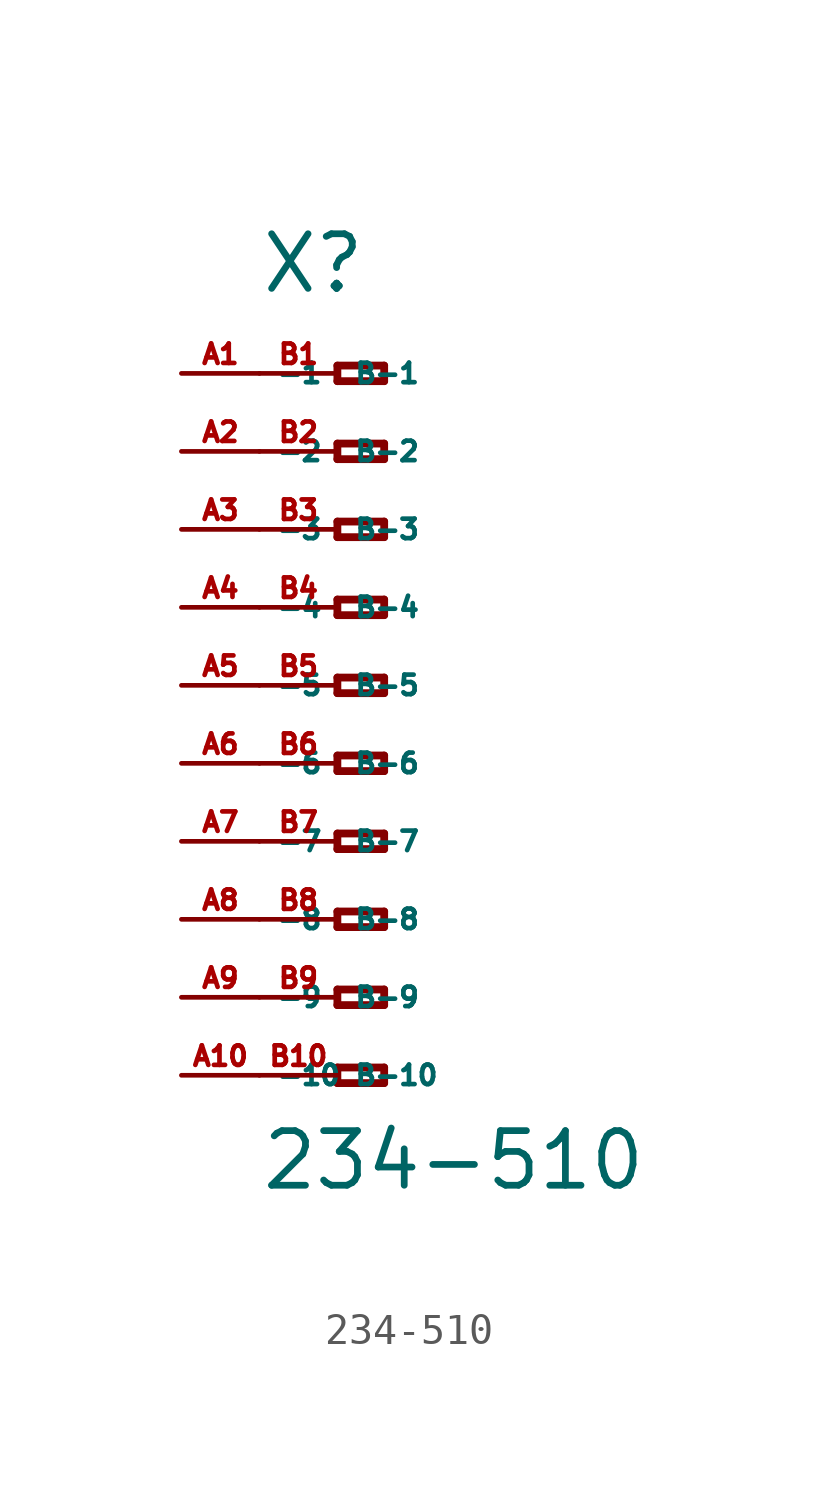
<source format=kicad_sym>
(kicad_symbol_lib
  (version 20220914)
  (generator Eagle2Kicad)
  (symbol "234-510"
    (property "Reference" "X"
      (at -5.08 12.7 0)
      (effects (font (size 1.778 1.778) (thickness 0.22)) (justify left bottom)))
    (property "Value" "234-510"
      (at -5.08 -16.51 0)
      (effects (font (size 1.778 1.778) (thickness 0.22)) (justify left bottom)))
    (polyline
      (pts (xy -2.54 10.414) (xy -2.54 9.906))
      (stroke (width 0.254) (type default))
      (fill (type none)))
    (polyline
      (pts (xy -2.54 9.906) (xy -1.016 9.906))
      (stroke (width 0.254) (type default))
      (fill (type none)))
    (polyline
      (pts (xy -1.016 9.906) (xy -1.016 10.414))
      (stroke (width 0.254) (type default))
      (fill (type none)))
    (polyline
      (pts (xy -1.016 10.414) (xy -2.54 10.414))
      (stroke (width 0.254) (type default))
      (fill (type none)))
    (polyline
      (pts (xy -2.54 7.874) (xy -2.54 7.366))
      (stroke (width 0.254) (type default))
      (fill (type none)))
    (polyline
      (pts (xy -2.54 7.366) (xy -1.016 7.366))
      (stroke (width 0.254) (type default))
      (fill (type none)))
    (polyline
      (pts (xy -1.016 7.366) (xy -1.016 7.874))
      (stroke (width 0.254) (type default))
      (fill (type none)))
    (polyline
      (pts (xy -1.016 7.874) (xy -2.54 7.874))
      (stroke (width 0.254) (type default))
      (fill (type none)))
    (polyline
      (pts (xy -2.54 5.334) (xy -2.54 4.826))
      (stroke (width 0.254) (type default))
      (fill (type none)))
    (polyline
      (pts (xy -2.54 4.826) (xy -1.016 4.826))
      (stroke (width 0.254) (type default))
      (fill (type none)))
    (polyline
      (pts (xy -1.016 4.826) (xy -1.016 5.334))
      (stroke (width 0.254) (type default))
      (fill (type none)))
    (polyline
      (pts (xy -1.016 5.334) (xy -2.54 5.334))
      (stroke (width 0.254) (type default))
      (fill (type none)))
    (polyline
      (pts (xy -2.54 2.794) (xy -2.54 2.286))
      (stroke (width 0.254) (type default))
      (fill (type none)))
    (polyline
      (pts (xy -2.54 2.286) (xy -1.016 2.286))
      (stroke (width 0.254) (type default))
      (fill (type none)))
    (polyline
      (pts (xy -1.016 2.286) (xy -1.016 2.794))
      (stroke (width 0.254) (type default))
      (fill (type none)))
    (polyline
      (pts (xy -1.016 2.794) (xy -2.54 2.794))
      (stroke (width 0.254) (type default))
      (fill (type none)))
    (polyline
      (pts (xy -2.54 0.254) (xy -2.54 -0.254))
      (stroke (width 0.254) (type default))
      (fill (type none)))
    (polyline
      (pts (xy -2.54 -0.254) (xy -1.016 -0.254))
      (stroke (width 0.254) (type default))
      (fill (type none)))
    (polyline
      (pts (xy -1.016 -0.254) (xy -1.016 0.254))
      (stroke (width 0.254) (type default))
      (fill (type none)))
    (polyline
      (pts (xy -1.016 0.254) (xy -2.54 0.254))
      (stroke (width 0.254) (type default))
      (fill (type none)))
    (polyline
      (pts (xy -2.54 -2.286) (xy -2.54 -2.794))
      (stroke (width 0.254) (type default))
      (fill (type none)))
    (polyline
      (pts (xy -2.54 -2.794) (xy -1.016 -2.794))
      (stroke (width 0.254) (type default))
      (fill (type none)))
    (polyline
      (pts (xy -1.016 -2.794) (xy -1.016 -2.286))
      (stroke (width 0.254) (type default))
      (fill (type none)))
    (polyline
      (pts (xy -1.016 -2.286) (xy -2.54 -2.286))
      (stroke (width 0.254) (type default))
      (fill (type none)))
    (polyline
      (pts (xy -2.54 -4.826) (xy -2.54 -5.334))
      (stroke (width 0.254) (type default))
      (fill (type none)))
    (polyline
      (pts (xy -2.54 -5.334) (xy -1.016 -5.334))
      (stroke (width 0.254) (type default))
      (fill (type none)))
    (polyline
      (pts (xy -1.016 -5.334) (xy -1.016 -4.826))
      (stroke (width 0.254) (type default))
      (fill (type none)))
    (polyline
      (pts (xy -1.016 -4.826) (xy -2.54 -4.826))
      (stroke (width 0.254) (type default))
      (fill (type none)))
    (polyline
      (pts (xy -2.54 -7.366) (xy -2.54 -7.874))
      (stroke (width 0.254) (type default))
      (fill (type none)))
    (polyline
      (pts (xy -2.54 -7.874) (xy -1.016 -7.874))
      (stroke (width 0.254) (type default))
      (fill (type none)))
    (polyline
      (pts (xy -1.016 -7.874) (xy -1.016 -7.366))
      (stroke (width 0.254) (type default))
      (fill (type none)))
    (polyline
      (pts (xy -1.016 -7.366) (xy -2.54 -7.366))
      (stroke (width 0.254) (type default))
      (fill (type none)))
    (polyline
      (pts (xy -2.54 -9.906) (xy -2.54 -10.414))
      (stroke (width 0.254) (type default))
      (fill (type none)))
    (polyline
      (pts (xy -2.54 -10.414) (xy -1.016 -10.414))
      (stroke (width 0.254) (type default))
      (fill (type none)))
    (polyline
      (pts (xy -1.016 -10.414) (xy -1.016 -9.906))
      (stroke (width 0.254) (type default))
      (fill (type none)))
    (polyline
      (pts (xy -1.016 -9.906) (xy -2.54 -9.906))
      (stroke (width 0.254) (type default))
      (fill (type none)))
    (polyline
      (pts (xy -2.54 -12.446) (xy -2.54 -12.954))
      (stroke (width 0.254) (type default))
      (fill (type none)))
    (polyline
      (pts (xy -2.54 -12.954) (xy -1.016 -12.954))
      (stroke (width 0.254) (type default))
      (fill (type none)))
    (polyline
      (pts (xy -1.016 -12.954) (xy -1.016 -12.446))
      (stroke (width 0.254) (type default))
      (fill (type none)))
    (polyline
      (pts (xy -1.016 -12.446) (xy -2.54 -12.446))
      (stroke (width 0.254) (type default))
      (fill (type none)))
    (pin passive line
      (at -7.62 10.16 0)
      (length 2.54)
      (name "-1" (effects (font (size 0.635 0.635) (thickness 0.08)) (justify left bottom)))
      (number "A1" (effects (font (size 0.635 0.635) (thickness 0.08)) (justify left bottom))))
    (pin passive line
      (at -7.62 7.62 0)
      (length 2.54)
      (name "-2" (effects (font (size 0.635 0.635) (thickness 0.08)) (justify left bottom)))
      (number "A2" (effects (font (size 0.635 0.635) (thickness 0.08)) (justify left bottom))))
    (pin passive line
      (at -7.62 5.08 0)
      (length 2.54)
      (name "-3" (effects (font (size 0.635 0.635) (thickness 0.08)) (justify left bottom)))
      (number "A3" (effects (font (size 0.635 0.635) (thickness 0.08)) (justify left bottom))))
    (pin passive line
      (at -7.62 2.54 0)
      (length 2.54)
      (name "-4" (effects (font (size 0.635 0.635) (thickness 0.08)) (justify left bottom)))
      (number "A4" (effects (font (size 0.635 0.635) (thickness 0.08)) (justify left bottom))))
    (pin passive line
      (at -7.62 0 0)
      (length 2.54)
      (name "-5" (effects (font (size 0.635 0.635) (thickness 0.08)) (justify left bottom)))
      (number "A5" (effects (font (size 0.635 0.635) (thickness 0.08)) (justify left bottom))))
    (pin passive line
      (at -7.62 -2.54 0)
      (length 2.54)
      (name "-6" (effects (font (size 0.635 0.635) (thickness 0.08)) (justify left bottom)))
      (number "A6" (effects (font (size 0.635 0.635) (thickness 0.08)) (justify left bottom))))
    (pin passive line
      (at -7.62 -5.08 0)
      (length 2.54)
      (name "-7" (effects (font (size 0.635 0.635) (thickness 0.08)) (justify left bottom)))
      (number "A7" (effects (font (size 0.635 0.635) (thickness 0.08)) (justify left bottom))))
    (pin passive line
      (at -7.62 -7.62 0)
      (length 2.54)
      (name "-8" (effects (font (size 0.635 0.635) (thickness 0.08)) (justify left bottom)))
      (number "A8" (effects (font (size 0.635 0.635) (thickness 0.08)) (justify left bottom))))
    (pin passive line
      (at -7.62 -10.16 0)
      (length 2.54)
      (name "-9" (effects (font (size 0.635 0.635) (thickness 0.08)) (justify left bottom)))
      (number "A9" (effects (font (size 0.635 0.635) (thickness 0.08)) (justify left bottom))))
    (pin passive line
      (at -7.62 -12.7 0)
      (length 2.54)
      (name "-10" (effects (font (size 0.635 0.635) (thickness 0.08)) (justify left bottom)))
      (number "A10" (effects (font (size 0.635 0.635) (thickness 0.08)) (justify left bottom))))
    (pin passive line
      (at -5.08 -12.7 0)
      (length 2.54)
      (name "B-10" (effects (font (size 0.635 0.635) (thickness 0.08)) (justify left bottom)))
      (number "B10" (effects (font (size 0.635 0.635) (thickness 0.08)) (justify left bottom))))
    (pin passive line
      (at -5.08 10.16 0)
      (length 2.54)
      (name "B-1" (effects (font (size 0.635 0.635) (thickness 0.08)) (justify left bottom)))
      (number "B1" (effects (font (size 0.635 0.635) (thickness 0.08)) (justify left bottom))))
    (pin passive line
      (at -5.08 7.62 0)
      (length 2.54)
      (name "B-2" (effects (font (size 0.635 0.635) (thickness 0.08)) (justify left bottom)))
      (number "B2" (effects (font (size 0.635 0.635) (thickness 0.08)) (justify left bottom))))
    (pin passive line
      (at -5.08 5.08 0)
      (length 2.54)
      (name "B-3" (effects (font (size 0.635 0.635) (thickness 0.08)) (justify left bottom)))
      (number "B3" (effects (font (size 0.635 0.635) (thickness 0.08)) (justify left bottom))))
    (pin passive line
      (at -5.08 2.54 0)
      (length 2.54)
      (name "B-4" (effects (font (size 0.635 0.635) (thickness 0.08)) (justify left bottom)))
      (number "B4" (effects (font (size 0.635 0.635) (thickness 0.08)) (justify left bottom))))
    (pin passive line
      (at -5.08 0 0)
      (length 2.54)
      (name "B-5" (effects (font (size 0.635 0.635) (thickness 0.08)) (justify left bottom)))
      (number "B5" (effects (font (size 0.635 0.635) (thickness 0.08)) (justify left bottom))))
    (pin passive line
      (at -5.08 -2.54 0)
      (length 2.54)
      (name "B-6" (effects (font (size 0.635 0.635) (thickness 0.08)) (justify left bottom)))
      (number "B6" (effects (font (size 0.635 0.635) (thickness 0.08)) (justify left bottom))))
    (pin passive line
      (at -5.08 -5.08 0)
      (length 2.54)
      (name "B-7" (effects (font (size 0.635 0.635) (thickness 0.08)) (justify left bottom)))
      (number "B7" (effects (font (size 0.635 0.635) (thickness 0.08)) (justify left bottom))))
    (pin passive line
      (at -5.08 -7.62 0)
      (length 2.54)
      (name "B-8" (effects (font (size 0.635 0.635) (thickness 0.08)) (justify left bottom)))
      (number "B8" (effects (font (size 0.635 0.635) (thickness 0.08)) (justify left bottom))))
    (pin passive line
      (at -5.08 -10.16 0)
      (length 2.54)
      (name "B-9" (effects (font (size 0.635 0.635) (thickness 0.08)) (justify left bottom)))
      (number "B9" (effects (font (size 0.635 0.635) (thickness 0.08)) (justify left bottom))))))
</source>
